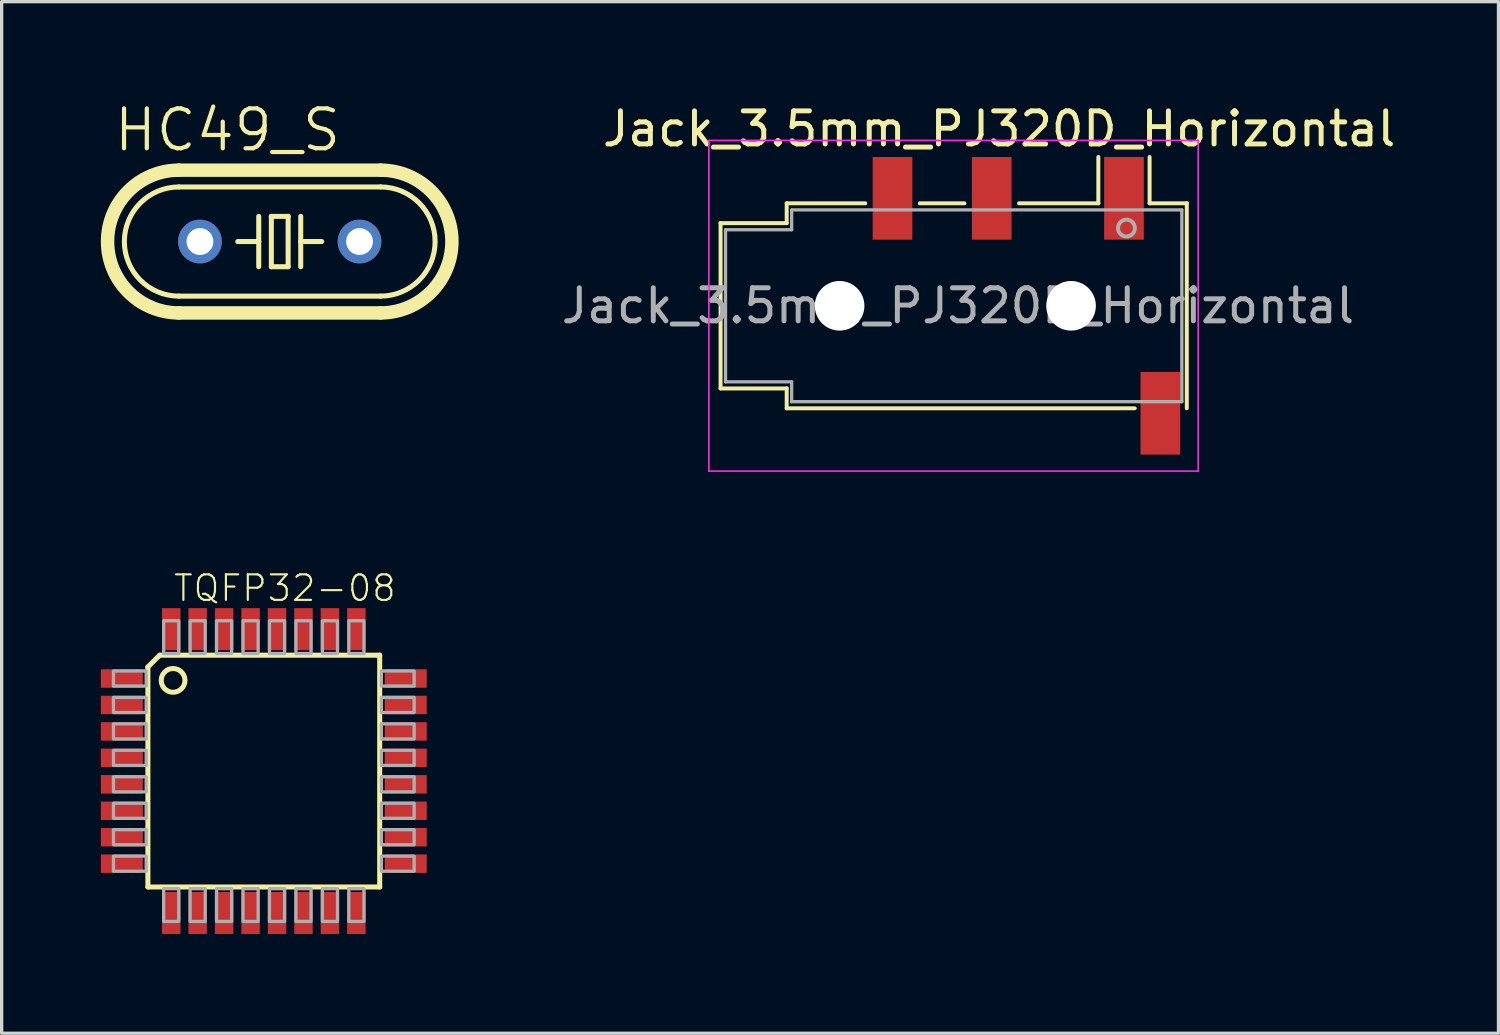
<source format=kicad_pcb>
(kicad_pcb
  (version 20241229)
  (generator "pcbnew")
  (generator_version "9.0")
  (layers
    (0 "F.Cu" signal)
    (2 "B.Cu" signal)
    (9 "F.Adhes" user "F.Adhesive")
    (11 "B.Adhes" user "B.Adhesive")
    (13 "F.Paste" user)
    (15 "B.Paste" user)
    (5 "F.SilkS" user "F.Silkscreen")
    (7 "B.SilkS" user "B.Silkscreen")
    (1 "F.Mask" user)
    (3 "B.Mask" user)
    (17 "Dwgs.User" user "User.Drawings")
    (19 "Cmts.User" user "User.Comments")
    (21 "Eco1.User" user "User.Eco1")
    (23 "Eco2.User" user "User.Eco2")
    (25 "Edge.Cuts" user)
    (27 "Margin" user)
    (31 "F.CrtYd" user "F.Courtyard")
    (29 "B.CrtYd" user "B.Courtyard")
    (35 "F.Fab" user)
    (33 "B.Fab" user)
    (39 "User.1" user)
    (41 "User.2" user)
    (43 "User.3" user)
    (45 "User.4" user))
  (footprint "TQFP32-08"
    (layer "F.Cu")
    (at 4.928 20.27)
    (property "Reference" "TQFP32-08" (at -2.769 -5.08 0) (layer "F.SilkS") (effects (font (size 0.772 0.772) (thickness 0.065)) (justify left bottom)))
    (attr through_hole)
    (fp_line (start -3.505 3.505) (end -3.505 -3.15) (stroke (width 0.152) (type solid)) (layer "F.SilkS"))
    (fp_line (start -3.15 -3.505) (end -3.505 -3.15) (stroke (width 0.152) (type solid)) (layer "F.SilkS"))
    (fp_line (start -3.15 -3.505) (end 3.505 -3.505) (stroke (width 0.152) (type solid)) (layer "F.SilkS"))
    (fp_line (start 3.505 -3.505) (end 3.505 3.505) (stroke (width 0.152) (type solid)) (layer "F.SilkS"))
    (fp_line (start 3.505 3.505) (end -3.505 3.505) (stroke (width 0.152) (type solid)) (layer "F.SilkS"))
    (fp_circle (center -2.743 -2.743) (end -2.384 -2.743) (stroke (width 0.152) (type solid)) (fill no) (layer "F.SilkS"))
    (fp_poly (pts (xy -4.547 -2.571) (xy -3.556 -2.571) (xy -3.556 -3.029) (xy -4.547 -3.029)) (stroke (width 0.1) (type solid)) (fill no) (layer "F.Fab"))
    (fp_poly (pts (xy -4.547 -1.771) (xy -3.556 -1.771) (xy -3.556 -2.229) (xy -4.547 -2.229)) (stroke (width 0.1) (type solid)) (fill no) (layer "F.Fab"))
    (fp_poly (pts (xy -4.547 -0.971) (xy -3.556 -0.971) (xy -3.556 -1.429) (xy -4.547 -1.429)) (stroke (width 0.1) (type solid)) (fill no) (layer "F.Fab"))
    (fp_poly (pts (xy -4.547 -0.171) (xy -3.556 -0.171) (xy -3.556 -0.629) (xy -4.547 -0.629)) (stroke (width 0.1) (type solid)) (fill no) (layer "F.Fab"))
    (fp_poly (pts (xy -4.547 0.629) (xy -3.556 0.629) (xy -3.556 0.171) (xy -4.547 0.171)) (stroke (width 0.1) (type solid)) (fill no) (layer "F.Fab"))
    (fp_poly (pts (xy -4.547 1.429) (xy -3.556 1.429) (xy -3.556 0.971) (xy -4.547 0.971)) (stroke (width 0.1) (type solid)) (fill no) (layer "F.Fab"))
    (fp_poly (pts (xy -4.547 2.229) (xy -3.556 2.229) (xy -3.556 1.771) (xy -4.547 1.771)) (stroke (width 0.1) (type solid)) (fill no) (layer "F.Fab"))
    (fp_poly (pts (xy -4.547 3.029) (xy -3.556 3.029) (xy -3.556 2.571) (xy -4.547 2.571)) (stroke (width 0.1) (type solid)) (fill no) (layer "F.Fab"))
    (fp_poly (pts (xy -3.029 -3.556) (xy -2.571 -3.556) (xy -2.571 -4.547) (xy -3.029 -4.547)) (stroke (width 0.1) (type solid)) (fill no) (layer "F.Fab"))
    (fp_poly (pts (xy -3.029 4.547) (xy -2.571 4.547) (xy -2.571 3.556) (xy -3.029 3.556)) (stroke (width 0.1) (type solid)) (fill no) (layer "F.Fab"))
    (fp_poly (pts (xy -2.229 -3.556) (xy -1.771 -3.556) (xy -1.771 -4.547) (xy -2.229 -4.547)) (stroke (width 0.1) (type solid)) (fill no) (layer "F.Fab"))
    (fp_poly (pts (xy -2.229 4.547) (xy -1.771 4.547) (xy -1.771 3.556) (xy -2.229 3.556)) (stroke (width 0.1) (type solid)) (fill no) (layer "F.Fab"))
    (fp_poly (pts (xy -1.429 -3.556) (xy -0.971 -3.556) (xy -0.971 -4.547) (xy -1.429 -4.547)) (stroke (width 0.1) (type solid)) (fill no) (layer "F.Fab"))
    (fp_poly (pts (xy -1.429 4.547) (xy -0.971 4.547) (xy -0.971 3.556) (xy -1.429 3.556)) (stroke (width 0.1) (type solid)) (fill no) (layer "F.Fab"))
    (fp_poly (pts (xy -0.629 -3.556) (xy -0.171 -3.556) (xy -0.171 -4.547) (xy -0.629 -4.547)) (stroke (width 0.1) (type solid)) (fill no) (layer "F.Fab"))
    (fp_poly (pts (xy -0.629 4.547) (xy -0.171 4.547) (xy -0.171 3.556) (xy -0.629 3.556)) (stroke (width 0.1) (type solid)) (fill no) (layer "F.Fab"))
    (fp_poly (pts (xy 0.171 -3.556) (xy 0.629 -3.556) (xy 0.629 -4.547) (xy 0.171 -4.547)) (stroke (width 0.1) (type solid)) (fill no) (layer "F.Fab"))
    (fp_poly (pts (xy 0.171 4.547) (xy 0.629 4.547) (xy 0.629 3.556) (xy 0.171 3.556)) (stroke (width 0.1) (type solid)) (fill no) (layer "F.Fab"))
    (fp_poly (pts (xy 0.971 -3.556) (xy 1.429 -3.556) (xy 1.429 -4.547) (xy 0.971 -4.547)) (stroke (width 0.1) (type solid)) (fill no) (layer "F.Fab"))
    (fp_poly (pts (xy 0.971 4.547) (xy 1.429 4.547) (xy 1.429 3.556) (xy 0.971 3.556)) (stroke (width 0.1) (type solid)) (fill no) (layer "F.Fab"))
    (fp_poly (pts (xy 1.771 -3.556) (xy 2.229 -3.556) (xy 2.229 -4.547) (xy 1.771 -4.547)) (stroke (width 0.1) (type solid)) (fill no) (layer "F.Fab"))
    (fp_poly (pts (xy 1.771 4.547) (xy 2.229 4.547) (xy 2.229 3.556) (xy 1.771 3.556)) (stroke (width 0.1) (type solid)) (fill no) (layer "F.Fab"))
    (fp_poly (pts (xy 2.571 -3.556) (xy 3.029 -3.556) (xy 3.029 -4.547) (xy 2.571 -4.547)) (stroke (width 0.1) (type solid)) (fill no) (layer "F.Fab"))
    (fp_poly (pts (xy 2.571 4.547) (xy 3.029 4.547) (xy 3.029 3.556) (xy 2.571 3.556)) (stroke (width 0.1) (type solid)) (fill no) (layer "F.Fab"))
    (fp_poly (pts (xy 3.556 -2.571) (xy 4.547 -2.571) (xy 4.547 -3.029) (xy 3.556 -3.029)) (stroke (width 0.1) (type solid)) (fill no) (layer "F.Fab"))
    (fp_poly (pts (xy 3.556 -1.771) (xy 4.547 -1.771) (xy 4.547 -2.229) (xy 3.556 -2.229)) (stroke (width 0.1) (type solid)) (fill no) (layer "F.Fab"))
    (fp_poly (pts (xy 3.556 -0.971) (xy 4.547 -0.971) (xy 4.547 -1.429) (xy 3.556 -1.429)) (stroke (width 0.1) (type solid)) (fill no) (layer "F.Fab"))
    (fp_poly (pts (xy 3.556 -0.171) (xy 4.547 -0.171) (xy 4.547 -0.629) (xy 3.556 -0.629)) (stroke (width 0.1) (type solid)) (fill no) (layer "F.Fab"))
    (fp_poly (pts (xy 3.556 0.629) (xy 4.547 0.629) (xy 4.547 0.171) (xy 3.556 0.171)) (stroke (width 0.1) (type solid)) (fill no) (layer "F.Fab"))
    (fp_poly (pts (xy 3.556 1.429) (xy 4.547 1.429) (xy 4.547 0.971) (xy 3.556 0.971)) (stroke (width 0.1) (type solid)) (fill no) (layer "F.Fab"))
    (fp_poly (pts (xy 3.556 2.229) (xy 4.547 2.229) (xy 4.547 1.771) (xy 3.556 1.771)) (stroke (width 0.1) (type solid)) (fill no) (layer "F.Fab"))
    (fp_poly (pts (xy 3.556 3.029) (xy 4.547 3.029) (xy 4.547 2.571) (xy 3.556 2.571)) (stroke (width 0.1) (type solid)) (fill no) (layer "F.Fab"))
    (pad "1" smd rect (at -4.293 -2.8) (size 1.27 0.559) (layers "F.Cu" "F.Mask" "F.Paste"))
    (pad "2" smd rect (at -4.293 -2) (size 1.27 0.559) (layers "F.Cu" "F.Mask" "F.Paste"))
    (pad "3" smd rect (at -4.293 -1.2) (size 1.27 0.559) (layers "F.Cu" "F.Mask" "F.Paste"))
    (pad "4" smd rect (at -4.293 -0.4) (size 1.27 0.559) (layers "F.Cu" "F.Mask" "F.Paste"))
    (pad "5" smd rect (at -4.293 0.4) (size 1.27 0.559) (layers "F.Cu" "F.Mask" "F.Paste"))
    (pad "6" smd rect (at -4.293 1.2) (size 1.27 0.559) (layers "F.Cu" "F.Mask" "F.Paste"))
    (pad "7" smd rect (at -4.293 2) (size 1.27 0.559) (layers "F.Cu" "F.Mask" "F.Paste"))
    (pad "8" smd rect (at -4.293 2.8) (size 1.27 0.559) (layers "F.Cu" "F.Mask" "F.Paste"))
    (pad "9" smd rect (at -2.8 4.293) (size 0.559 1.27) (layers "F.Cu" "F.Mask" "F.Paste"))
    (pad "10" smd rect (at -2 4.293) (size 0.559 1.27) (layers "F.Cu" "F.Mask" "F.Paste"))
    (pad "11" smd rect (at -1.2 4.293) (size 0.559 1.27) (layers "F.Cu" "F.Mask" "F.Paste"))
    (pad "12" smd rect (at -0.4 4.293) (size 0.559 1.27) (layers "F.Cu" "F.Mask" "F.Paste"))
    (pad "13" smd rect (at 0.4 4.293) (size 0.559 1.27) (layers "F.Cu" "F.Mask" "F.Paste"))
    (pad "14" smd rect (at 1.2 4.293) (size 0.559 1.27) (layers "F.Cu" "F.Mask" "F.Paste"))
    (pad "15" smd rect (at 2 4.293) (size 0.559 1.27) (layers "F.Cu" "F.Mask" "F.Paste"))
    (pad "16" smd rect (at 2.8 4.293) (size 0.559 1.27) (layers "F.Cu" "F.Mask" "F.Paste"))
    (pad "17" smd rect (at 4.293 2.8) (size 1.27 0.559) (layers "F.Cu" "F.Mask" "F.Paste"))
    (pad "18" smd rect (at 4.293 2) (size 1.27 0.559) (layers "F.Cu" "F.Mask" "F.Paste"))
    (pad "19" smd rect (at 4.293 1.2) (size 1.27 0.559) (layers "F.Cu" "F.Mask" "F.Paste"))
    (pad "20" smd rect (at 4.293 0.4) (size 1.27 0.559) (layers "F.Cu" "F.Mask" "F.Paste"))
    (pad "21" smd rect (at 4.293 -0.4) (size 1.27 0.559) (layers "F.Cu" "F.Mask" "F.Paste"))
    (pad "22" smd rect (at 4.293 -1.2) (size 1.27 0.559) (layers "F.Cu" "F.Mask" "F.Paste"))
    (pad "23" smd rect (at 4.293 -2) (size 1.27 0.559) (layers "F.Cu" "F.Mask" "F.Paste"))
    (pad "24" smd rect (at 4.293 -2.8) (size 1.27 0.559) (layers "F.Cu" "F.Mask" "F.Paste"))
    (pad "25" smd rect (at 2.8 -4.293) (size 0.559 1.27) (layers "F.Cu" "F.Mask" "F.Paste"))
    (pad "26" smd rect (at 2 -4.293) (size 0.559 1.27) (layers "F.Cu" "F.Mask" "F.Paste"))
    (pad "27" smd rect (at 1.2 -4.293) (size 0.559 1.27) (layers "F.Cu" "F.Mask" "F.Paste"))
    (pad "28" smd rect (at 0.4 -4.293) (size 0.559 1.27) (layers "F.Cu" "F.Mask" "F.Paste"))
    (pad "29" smd rect (at -0.4 -4.293) (size 0.559 1.27) (layers "F.Cu" "F.Mask" "F.Paste"))
    (pad "30" smd rect (at -1.2 -4.293) (size 0.559 1.27) (layers "F.Cu" "F.Mask" "F.Paste"))
    (pad "31" smd rect (at -2 -4.293) (size 0.559 1.27) (layers "F.Cu" "F.Mask" "F.Paste"))
    (pad "32" smd rect (at -2.8 -4.293) (size 0.559 1.27) (layers "F.Cu" "F.Mask" "F.Paste")))
  (footprint "Jack_3.5mm_PJ320D_Horizontal"
    (layer "F.Cu")
    (at 27.117 6.198)
    (property "Reference" "Jack_3.5mm_PJ320D_Horizontal" (at 0.05 -5.35 0) (layer "F.SilkS") (effects (font (size 1 1) (thickness 0.15))))
    (attr smd)
    (fp_line (start -8.375 -2.5) (end -8.375 2.5) (stroke (width 0.12) (type solid)) (layer "F.SilkS"))
    (fp_line (start -6.375 -3.1) (end -6.375 -2.5) (stroke (width 0.12) (type solid)) (layer "F.SilkS"))
    (fp_line (start -6.375 -3.1) (end -4 -3.1) (stroke (width 0.12) (type solid)) (layer "F.SilkS"))
    (fp_line (start -6.375 -2.5) (end -8.375 -2.5) (stroke (width 0.12) (type solid)) (layer "F.SilkS"))
    (fp_line (start -6.375 2.5) (end -8.375 2.5) (stroke (width 0.12) (type solid)) (layer "F.SilkS"))
    (fp_line (start -6.375 2.5) (end -6.375 3.1) (stroke (width 0.12) (type solid)) (layer "F.SilkS"))
    (fp_line (start -2.35 -3.1) (end -1 -3.1) (stroke (width 0.12) (type solid)) (layer "F.SilkS"))
    (fp_line (start 0.65 -3.1) (end 3.05 -3.1) (stroke (width 0.12) (type solid)) (layer "F.SilkS"))
    (fp_line (start 3.05 -3.1) (end 3.05 -4.5) (stroke (width 0.12) (type solid)) (layer "F.SilkS"))
    (fp_line (start 4.15 3.1) (end -6.375 3.1) (stroke (width 0.12) (type solid)) (layer "F.SilkS"))
    (fp_line (start 4.6 -3.1) (end 4.6 -4.5) (stroke (width 0.12) (type solid)) (layer "F.SilkS"))
    (fp_line (start 4.6 -3.1) (end 5.725 -3.1) (stroke (width 0.12) (type solid)) (layer "F.SilkS"))
    (fp_line (start 5.725 3.1) (end 5.725 -3.1) (stroke (width 0.12) (type solid)) (layer "F.SilkS"))
    (fp_line (start -8.73 -5) (end 6.07 -5) (stroke (width 0.05) (type solid)) (layer "F.CrtYd"))
    (fp_line (start -8.73 5) (end -8.73 -5) (stroke (width 0.05) (type solid)) (layer "F.CrtYd"))
    (fp_line (start -8.73 5) (end 6.07 5) (stroke (width 0.05) (type solid)) (layer "F.CrtYd"))
    (fp_line (start 6.07 5) (end 6.07 -5) (stroke (width 0.05) (type solid)) (layer "F.CrtYd"))
    (fp_line (start -8.225 -2.3) (end -6.225 -2.3) (stroke (width 0.1) (type solid)) (layer "F.Fab"))
    (fp_line (start -8.225 2.3) (end -8.225 -2.3) (stroke (width 0.1) (type solid)) (layer "F.Fab"))
    (fp_line (start -6.225 -2.9) (end 5.575 -2.9) (stroke (width 0.1) (type solid)) (layer "F.Fab"))
    (fp_line (start -6.225 -2.3) (end -6.225 -2.9) (stroke (width 0.1) (type solid)) (layer "F.Fab"))
    (fp_line (start -6.225 2.3) (end -8.225 2.3) (stroke (width 0.1) (type solid)) (layer "F.Fab"))
    (fp_line (start -6.225 2.9) (end -6.225 2.3) (stroke (width 0.1) (type solid)) (layer "F.Fab"))
    (fp_line (start 5.575 -2.9) (end 5.575 2.9) (stroke (width 0.1) (type solid)) (layer "F.Fab"))
    (fp_line (start 5.575 2.9) (end -6.225 2.9) (stroke (width 0.1) (type solid)) (layer "F.Fab"))
    (fp_circle (center 3.9 -2.35) (end 3.95 -2.1) (stroke (width 0.12) (type solid)) (fill no) (layer "F.Fab"))
    (fp_text user "${REFERENCE}" (at -1.195 0 0) (layer "F.Fab") (effects (font (size 1 1) (thickness 0.15))))
    (pad "" np_thru_hole circle (at -4.775 0) (size 1.5 1.5) (drill 1.5) (layers "*.Cu" "*.Mask"))
    (pad "" np_thru_hole circle (at 2.225 0) (size 1.5 1.5) (drill 1.5) (layers "*.Cu" "*.Mask"))
    (pad "R1" smd rect (at -0.175 -3.25) (size 1.2 2.5) (layers "F.Cu" "F.Mask" "F.Paste"))
    (pad "R2" smd rect (at -3.175 -3.25) (size 1.2 2.5) (layers "F.Cu" "F.Mask" "F.Paste"))
    (pad "S" smd rect (at 4.925 3.25) (size 1.2 2.5) (layers "F.Cu" "F.Mask" "F.Paste"))
    (pad "T" smd rect (at 3.825 -3.25) (size 1.2 2.5) (layers "F.Cu" "F.Mask" "F.Paste")))
  (footprint "HC49_S"
    (layer "F.Cu")
    (at 5.41 4.255)
    (property "Reference" "HC49_S" (at -5.08 -2.667 0) (layer "F.SilkS") (effects (font (size 1.206 1.206) (thickness 0.127)) (justify left bottom)))
    (attr through_hole)
    (fp_line (start -3.048 -2.159) (end 3.048 -2.159) (stroke (width 0.406) (type solid)) (layer "F.SilkS"))
    (fp_line (start -3.048 1.651) (end 3.048 1.651) (stroke (width 0.152) (type solid)) (layer "F.SilkS"))
    (fp_line (start -3.048 2.159) (end 3.048 2.159) (stroke (width 0.406) (type solid)) (layer "F.SilkS"))
    (fp_line (start -0.635 -0.762) (end -0.635 0) (stroke (width 0.152) (type solid)) (layer "F.SilkS"))
    (fp_line (start -0.635 0) (end -1.27 0) (stroke (width 0.152) (type solid)) (layer "F.SilkS"))
    (fp_line (start -0.635 0) (end -0.635 0.762) (stroke (width 0.152) (type solid)) (layer "F.SilkS"))
    (fp_line (start -0.254 -0.762) (end 0.254 -0.762) (stroke (width 0.152) (type solid)) (layer "F.SilkS"))
    (fp_line (start -0.254 0.762) (end -0.254 -0.762) (stroke (width 0.152) (type solid)) (layer "F.SilkS"))
    (fp_line (start 0.254 -0.762) (end 0.254 0.762) (stroke (width 0.152) (type solid)) (layer "F.SilkS"))
    (fp_line (start 0.254 0.762) (end -0.254 0.762) (stroke (width 0.152) (type solid)) (layer "F.SilkS"))
    (fp_line (start 0.635 -0.762) (end 0.635 0) (stroke (width 0.152) (type solid)) (layer "F.SilkS"))
    (fp_line (start 0.635 0) (end 0.635 0.762) (stroke (width 0.152) (type solid)) (layer "F.SilkS"))
    (fp_line (start 0.635 0) (end 1.27 0) (stroke (width 0.152) (type solid)) (layer "F.SilkS"))
    (fp_line (start 3.048 -1.651) (end -3.048 -1.651) (stroke (width 0.152) (type solid)) (layer "F.SilkS"))
    (fp_arc (start -3.048 1.651) (mid -4.699 0) (end -3.048 -1.651) (stroke (width 0.1524) (type solid)) (layer "F.SilkS"))
    (fp_arc (start -3.048 2.159) (mid -5.207 0) (end -3.048 -2.159) (stroke (width 0.4064) (type solid)) (layer "F.SilkS"))
    (fp_arc (start 3.048 -2.159) (mid 5.207 0) (end 3.048 2.159) (stroke (width 0.4064) (type solid)) (layer "F.SilkS"))
    (fp_arc (start 3.048 -1.651) (mid 4.699 0) (end 3.048 1.651) (stroke (width 0.1524) (type solid)) (layer "F.SilkS"))
    (pad "1" thru_hole circle (at -2.413 0) (size 1.321 1.321) (drill 0.813) (layers "*.Cu" "*.Mask"))
    (pad "2" thru_hole circle (at 2.413 0) (size 1.321 1.321) (drill 0.813) (layers "*.Cu" "*.Mask")))
  (gr_rect
    (start -3 -3)
    (end 42.268 28.198)
    (stroke (width 0.1) (type default))
    (fill no)
    (layer "Edge.Cuts")))
</source>
